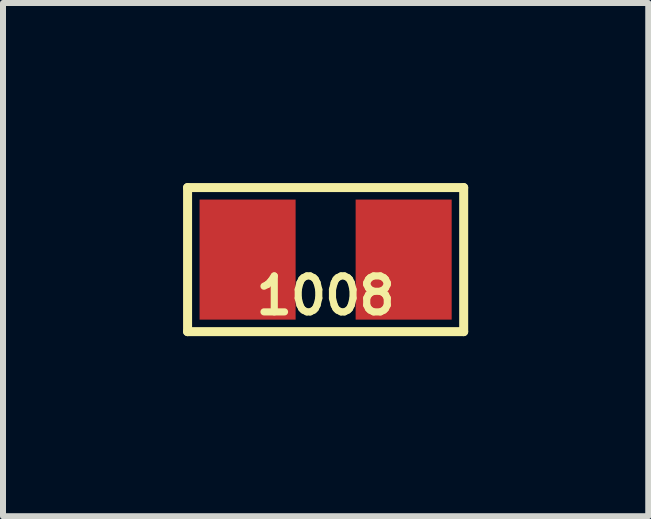
<source format=kicad_pcb>
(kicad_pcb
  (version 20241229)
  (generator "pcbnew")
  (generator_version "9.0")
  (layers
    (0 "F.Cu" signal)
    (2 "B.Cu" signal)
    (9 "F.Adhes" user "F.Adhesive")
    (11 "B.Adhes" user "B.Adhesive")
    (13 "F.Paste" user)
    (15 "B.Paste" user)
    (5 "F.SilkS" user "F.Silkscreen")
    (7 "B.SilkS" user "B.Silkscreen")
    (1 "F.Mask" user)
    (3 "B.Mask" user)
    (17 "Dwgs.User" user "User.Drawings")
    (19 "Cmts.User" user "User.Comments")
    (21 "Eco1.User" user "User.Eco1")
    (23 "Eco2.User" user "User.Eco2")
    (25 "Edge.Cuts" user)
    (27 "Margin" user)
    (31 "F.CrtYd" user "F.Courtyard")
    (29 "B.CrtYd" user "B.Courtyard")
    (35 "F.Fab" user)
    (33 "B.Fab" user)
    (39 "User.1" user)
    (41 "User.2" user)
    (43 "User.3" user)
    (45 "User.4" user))
  (footprint "1008"
    (layer "F.Cu")
    (at 2.375 1.275)
    (property "Reference" "1008" (at 0 0.6 0) (layer "F.SilkS") (effects (font (size 0.599 0.599) (thickness 0.119))))
    (attr through_hole)
    (fp_line (start -2.3 -1.2) (end 2.3 -1.2) (stroke (width 0.15) (type solid)) (layer "F.SilkS"))
    (fp_line (start -2.3 1.2) (end -2.3 -1.2) (stroke (width 0.15) (type solid)) (layer "F.SilkS"))
    (fp_line (start -2.3 1.2) (end 2.3 1.2) (stroke (width 0.15) (type solid)) (layer "F.SilkS"))
    (fp_line (start 2.3 -1.2) (end 2.3 1.2) (stroke (width 0.15) (type solid)) (layer "F.SilkS"))
    (pad "1" smd rect (at -1.3 0) (size 1.6 2) (layers "F.Cu" "F.Mask" "F.Paste"))
    (pad "2" smd rect (at 1.3 0) (size 1.6 2) (layers "F.Cu" "F.Mask" "F.Paste")))
  (gr_rect
    (start -3 -3)
    (end 7.75 5.55)
    (stroke (width 0.1) (type default))
    (fill no)
    (layer "Edge.Cuts")))
</source>
